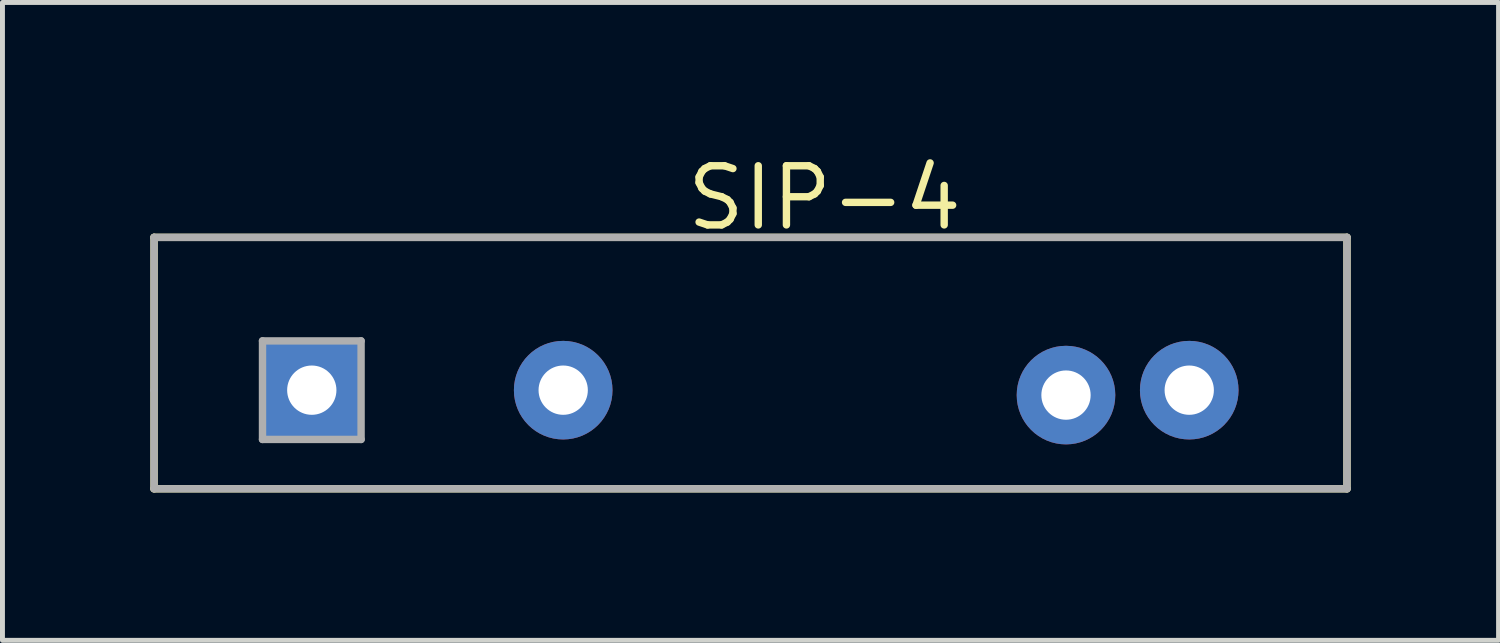
<source format=kicad_pcb>
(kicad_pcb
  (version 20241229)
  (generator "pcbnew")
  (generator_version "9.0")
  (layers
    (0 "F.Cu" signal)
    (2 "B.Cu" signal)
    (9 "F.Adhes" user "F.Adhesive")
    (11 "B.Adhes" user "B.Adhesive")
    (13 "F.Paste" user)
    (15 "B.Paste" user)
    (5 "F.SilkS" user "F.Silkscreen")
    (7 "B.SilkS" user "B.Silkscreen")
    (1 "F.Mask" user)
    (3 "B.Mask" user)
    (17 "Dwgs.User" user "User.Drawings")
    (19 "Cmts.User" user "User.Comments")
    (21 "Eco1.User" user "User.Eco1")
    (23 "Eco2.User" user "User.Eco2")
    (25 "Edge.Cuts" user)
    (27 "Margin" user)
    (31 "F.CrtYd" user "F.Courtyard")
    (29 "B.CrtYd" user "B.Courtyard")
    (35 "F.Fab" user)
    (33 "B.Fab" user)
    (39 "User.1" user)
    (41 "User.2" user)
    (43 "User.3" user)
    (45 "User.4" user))
  (footprint "SIP-4"
    (layer "F.Cu")
    (at 3.275 4.865)
    (property "Reference" "SIP-4" (at 10.4 -3.9 0) (layer "F.SilkS") (effects (font (size 1.2 1.2) (thickness 0.15))))
    (attr through_hole)
    (fp_line (start -3.2 -3.1) (end -3.2 2) (stroke (width 0.15) (type solid)) (layer "F.SilkS"))
    (fp_line (start -3.2 2) (end 21 2) (stroke (width 0.15) (type solid)) (layer "F.SilkS"))
    (fp_line (start 21 -3.1) (end -3.2 -3.1) (stroke (width 0.15) (type solid)) (layer "F.SilkS"))
    (fp_line (start 21 2) (end 21 -3.1) (stroke (width 0.15) (type solid)) (layer "F.SilkS"))
    (fp_line (start -3.2 0) (end -3.2 -3.1) (stroke (width 0.15) (type solid)) (layer "F.Fab"))
    (fp_line (start -3.2 0) (end -3.2 2) (stroke (width 0.15) (type solid)) (layer "F.Fab"))
    (fp_line (start -3.2 2) (end 21 2) (stroke (width 0.15) (type solid)) (layer "F.Fab"))
    (fp_line (start -1 -1) (end 1 -1) (stroke (width 0.15) (type solid)) (layer "F.Fab"))
    (fp_line (start -1 1) (end -1 -1) (stroke (width 0.15) (type solid)) (layer "F.Fab"))
    (fp_line (start 1 -1) (end 1 1) (stroke (width 0.15) (type solid)) (layer "F.Fab"))
    (fp_line (start 1 1) (end -1 1) (stroke (width 0.15) (type solid)) (layer "F.Fab"))
    (fp_line (start 21 -3.1) (end -3.2 -3.1) (stroke (width 0.15) (type solid)) (layer "F.Fab"))
    (fp_line (start 21 0) (end 21 -3.1) (stroke (width 0.15) (type solid)) (layer "F.Fab"))
    (fp_line (start 21 0) (end 21 2) (stroke (width 0.15) (type solid)) (layer "F.Fab"))
    (pad "1" thru_hole rect (at 0 0) (size 2 2) (drill 1) (layers "*.Cu" "*.Mask"))
    (pad "2" thru_hole circle (at 5.1 0) (size 2 2) (drill 1) (layers "*.Cu" "*.Mask"))
    (pad "3" thru_hole circle (at 15.3 0.1) (size 2 2) (drill 1) (layers "*.Cu" "*.Mask"))
    (pad "4" thru_hole circle (at 17.8 0) (size 2 2) (drill 1) (layers "*.Cu" "*.Mask")))
  (gr_rect
    (start -3 -3)
    (end 27.35 9.94)
    (stroke (width 0.1) (type default))
    (fill no)
    (layer "Edge.Cuts")))
</source>
